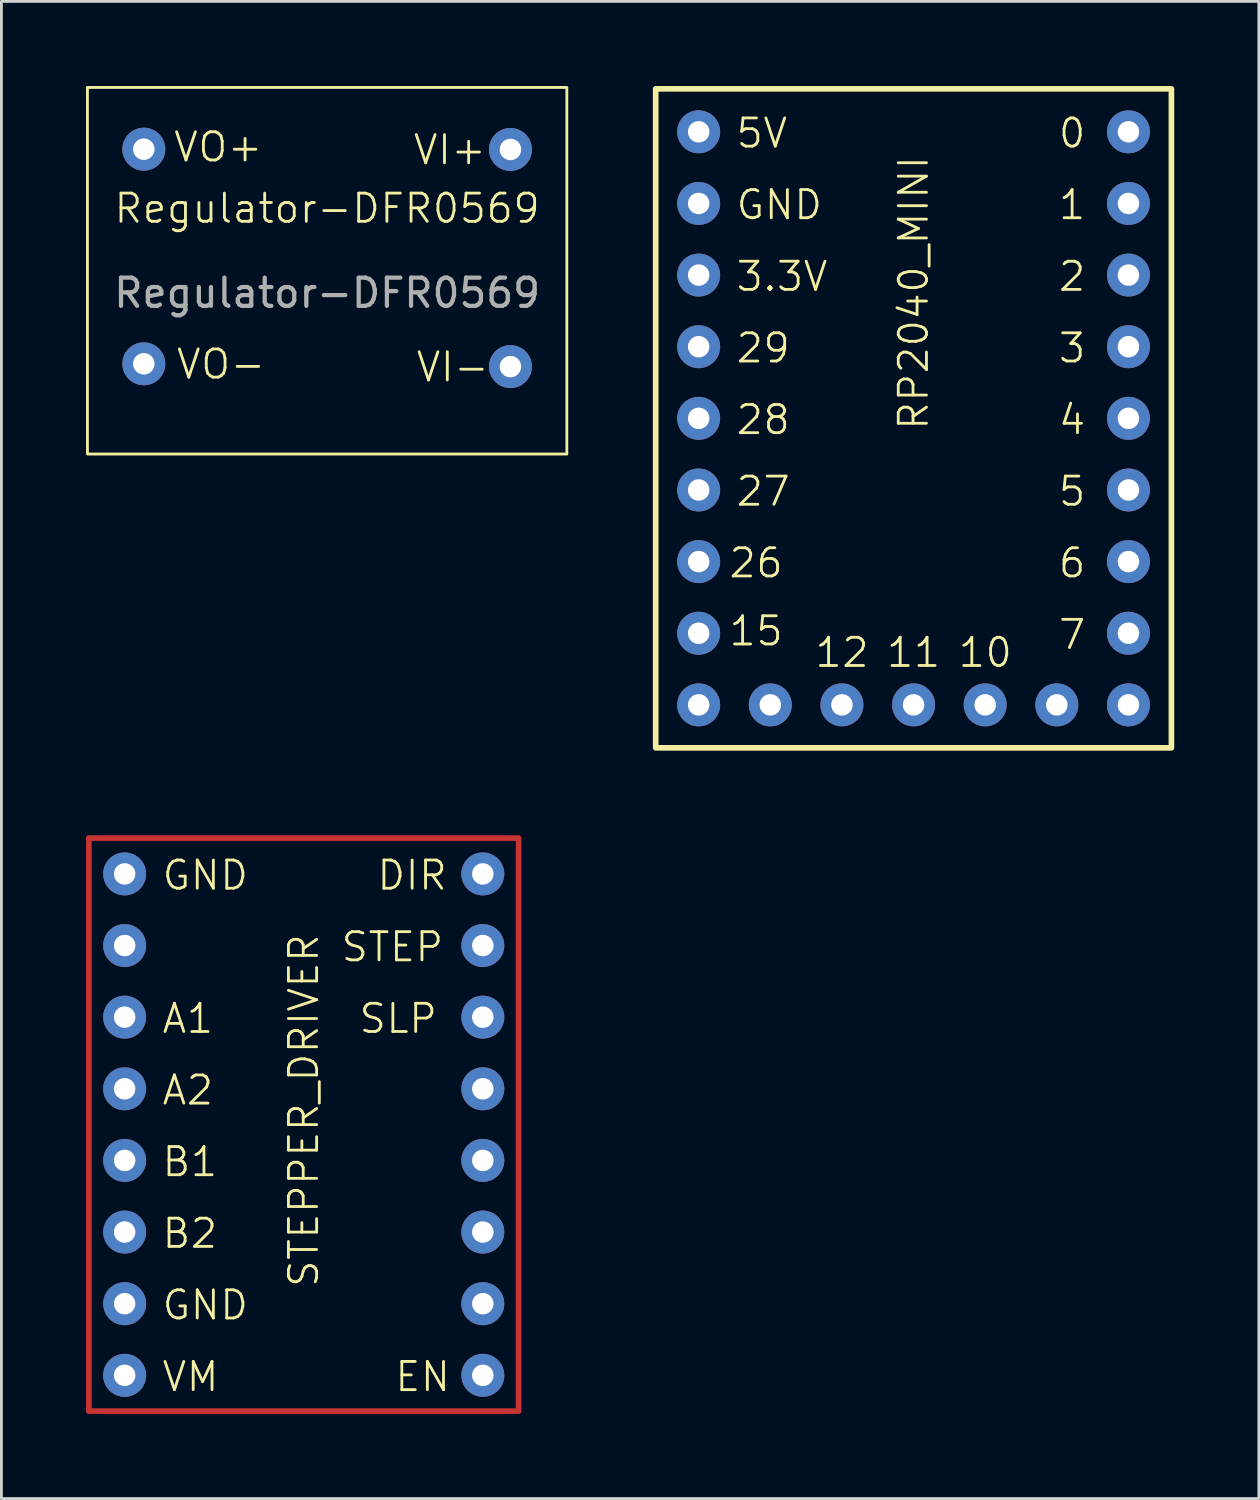
<source format=kicad_pcb>
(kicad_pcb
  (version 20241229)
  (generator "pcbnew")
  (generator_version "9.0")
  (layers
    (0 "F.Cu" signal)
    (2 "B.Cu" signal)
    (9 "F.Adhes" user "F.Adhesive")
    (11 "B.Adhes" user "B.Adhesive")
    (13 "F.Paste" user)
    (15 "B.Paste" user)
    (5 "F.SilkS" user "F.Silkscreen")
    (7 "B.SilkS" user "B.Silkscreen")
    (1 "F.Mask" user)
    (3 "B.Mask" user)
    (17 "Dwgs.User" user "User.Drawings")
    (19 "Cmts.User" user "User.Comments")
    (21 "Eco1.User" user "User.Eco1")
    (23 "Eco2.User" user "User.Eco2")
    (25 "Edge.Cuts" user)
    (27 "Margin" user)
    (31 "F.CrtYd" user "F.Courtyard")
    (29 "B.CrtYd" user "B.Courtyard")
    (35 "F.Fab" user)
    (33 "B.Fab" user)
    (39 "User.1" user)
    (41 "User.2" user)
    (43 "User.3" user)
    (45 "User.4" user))
  (footprint "RP2040_MINI"
    (layer "F.Cu")
    (at 29.344 11.784)
    (property "Reference" "RP2040_MINI" (at 0 -4.445 90) (unlocked yes) (layer "F.SilkS") (effects (font (size 1 1) (thickness 0.1))))
    (attr through_hole)
    (fp_rect (start -9.144 -11.684) (end 9.144 11.684) (stroke (width 0.2) (type default)) (fill no) (layer "F.SilkS"))
    (fp_text user "4" (at 5.08 0.635 0) (unlocked yes) (layer "F.SilkS") (effects (font (size 1 1) (thickness 0.1)) (justify left bottom)))
    (fp_text user "15" (at -6.604 8.128 0) (unlocked yes) (layer "F.SilkS") (effects (font (size 1 1) (thickness 0.1)) (justify left bottom)))
    (fp_text user "10" (at 1.524 8.89 0) (unlocked yes) (layer "F.SilkS") (effects (font (size 1 1) (thickness 0.1)) (justify left bottom)))
    (fp_text user "27" (at -6.35 3.175 0) (unlocked yes) (layer "F.SilkS") (effects (font (size 1 1) (thickness 0.1)) (justify left bottom)))
    (fp_text user "28" (at -6.35 0.635 0) (unlocked yes) (layer "F.SilkS") (effects (font (size 1 1) (thickness 0.1)) (justify left bottom)))
    (fp_text user "1" (at 5.08 -6.985 0) (unlocked yes) (layer "F.SilkS") (effects (font (size 1 1) (thickness 0.1)) (justify left bottom)))
    (fp_text user "11" (at -1.016 8.89 0) (unlocked yes) (layer "F.SilkS") (effects (font (size 1 1) (thickness 0.1)) (justify left bottom)))
    (fp_text user "6" (at 5.08 5.715 0) (unlocked yes) (layer "F.SilkS") (effects (font (size 1 1) (thickness 0.1)) (justify left bottom)))
    (fp_text user "12" (at -3.556 8.89 0) (unlocked yes) (layer "F.SilkS") (effects (font (size 1 1) (thickness 0.1)) (justify left bottom)))
    (fp_text user "29" (at -6.35 -1.905 0) (unlocked yes) (layer "F.SilkS") (effects (font (size 1 1) (thickness 0.1)) (justify left bottom)))
    (fp_text user "3" (at 5.08 -1.905 0) (unlocked yes) (layer "F.SilkS") (effects (font (size 1 1) (thickness 0.1)) (justify left bottom)))
    (fp_text user "GND" (at -6.35 -6.985 0) (unlocked yes) (layer "F.SilkS") (effects (font (size 1 1) (thickness 0.1)) (justify left bottom)))
    (fp_text user "5" (at 5.08 3.175 0) (unlocked yes) (layer "F.SilkS") (effects (font (size 1 1) (thickness 0.1)) (justify left bottom)))
    (fp_text user "5V" (at -6.35 -9.525 0) (unlocked yes) (layer "F.SilkS") (effects (font (size 1 1) (thickness 0.1)) (justify left bottom)))
    (fp_text user "3.3V" (at -6.35 -4.445 0) (unlocked yes) (layer "F.SilkS") (effects (font (size 1 1) (thickness 0.1)) (justify left bottom)))
    (fp_text user "2" (at 5.08 -4.445 0) (unlocked yes) (layer "F.SilkS") (effects (font (size 1 1) (thickness 0.1)) (justify left bottom)))
    (fp_text user "26" (at -6.604 5.715 0) (unlocked yes) (layer "F.SilkS") (effects (font (size 1 1) (thickness 0.1)) (justify left bottom)))
    (fp_text user "0" (at 5.08 -9.525 0) (unlocked yes) (layer "F.SilkS") (effects (font (size 1 1) (thickness 0.1)) (justify left bottom)))
    (fp_text user "7" (at 5.08 8.255 0) (unlocked yes) (layer "F.SilkS") (effects (font (size 1 1) (thickness 0.1)) (justify left bottom)))
    (pad "1" thru_hole circle (at 7.62 -10.16) (size 1.524 1.524) (drill 0.762) (layers "*.Cu" "*.Mask"))
    (pad "2" thru_hole circle (at 7.62 -7.62) (size 1.524 1.524) (drill 0.762) (layers "*.Cu" "*.Mask"))
    (pad "3" thru_hole circle (at 7.62 -5.08) (size 1.524 1.524) (drill 0.762) (layers "*.Cu" "*.Mask"))
    (pad "4" thru_hole circle (at 7.62 -2.54) (size 1.524 1.524) (drill 0.762) (layers "*.Cu" "*.Mask"))
    (pad "5" thru_hole circle (at 7.62 0) (size 1.524 1.524) (drill 0.762) (layers "*.Cu" "*.Mask"))
    (pad "6" thru_hole circle (at 7.62 2.54) (size 1.524 1.524) (drill 0.762) (layers "*.Cu" "*.Mask"))
    (pad "7" thru_hole circle (at 7.62 5.08) (size 1.524 1.524) (drill 0.762) (layers "*.Cu" "*.Mask"))
    (pad "8" thru_hole circle (at 7.62 7.62) (size 1.524 1.524) (drill 0.762) (layers "*.Cu" "*.Mask"))
    (pad "9" thru_hole circle (at 7.62 10.16) (size 1.524 1.524) (drill 0.762) (layers "*.Cu" "*.Mask"))
    (pad "10" thru_hole circle (at 5.08 10.16) (size 1.524 1.524) (drill 0.762) (layers "*.Cu" "*.Mask"))
    (pad "11" thru_hole circle (at 2.54 10.16) (size 1.524 1.524) (drill 0.762) (layers "*.Cu" "*.Mask"))
    (pad "12" thru_hole circle (at 0 10.16) (size 1.524 1.524) (drill 0.762) (layers "*.Cu" "*.Mask"))
    (pad "13" thru_hole circle (at -2.54 10.16) (size 1.524 1.524) (drill 0.762) (layers "*.Cu" "*.Mask"))
    (pad "14" thru_hole circle (at -5.08 10.16) (size 1.524 1.524) (drill 0.762) (layers "*.Cu" "*.Mask"))
    (pad "15" thru_hole circle (at -7.62 10.16) (size 1.524 1.524) (drill 0.762) (layers "*.Cu" "*.Mask"))
    (pad "16" thru_hole circle (at -7.62 7.62) (size 1.524 1.524) (drill 0.762) (layers "*.Cu" "*.Mask"))
    (pad "17" thru_hole circle (at -7.62 5.08) (size 1.524 1.524) (drill 0.762) (layers "*.Cu" "*.Mask"))
    (pad "18" thru_hole circle (at -7.62 2.54) (size 1.524 1.524) (drill 0.762) (layers "*.Cu" "*.Mask"))
    (pad "19" thru_hole circle (at -7.62 0) (size 1.524 1.524) (drill 0.762) (layers "*.Cu" "*.Mask"))
    (pad "20" thru_hole circle (at -7.62 -2.54) (size 1.524 1.524) (drill 0.762) (layers "*.Cu" "*.Mask"))
    (pad "21" thru_hole circle (at -7.62 -5.08) (size 1.524 1.524) (drill 0.762) (layers "*.Cu" "*.Mask"))
    (pad "22" thru_hole circle (at -7.62 -7.62) (size 1.524 1.524) (drill 0.762) (layers "*.Cu" "*.Mask"))
    (pad "23" thru_hole circle (at -7.62 -10.16) (size 1.524 1.524) (drill 0.762) (layers "*.Cu" "*.Mask")))
  (footprint "Regulator-DFR0569"
    (layer "F.Cu")
    (at 8.55 6.05)
    (property "Reference" "Regulator-DFR0569" (at 0 -1.71 0) (unlocked yes) (layer "F.SilkS") (effects (font (size 1 1) (thickness 0.1))))
    (attr through_hole)
    (fp_rect (start -8.5 -6) (end 8.5 7) (stroke (width 0.1) (type default)) (fill no) (layer "F.SilkS"))
    (fp_text user "VI-" (at 3.1 4.5 0) (unlocked yes) (layer "F.SilkS") (effects (font (size 1 1) (thickness 0.1)) (justify left bottom)))
    (fp_text user "VO-" (at -5.4 4.4 0) (unlocked yes) (layer "F.SilkS") (effects (font (size 1 1) (thickness 0.1)) (justify left bottom)))
    (fp_text user "VI+" (at 3 -3.2 0) (unlocked yes) (layer "F.SilkS") (effects (font (size 1 1) (thickness 0.1)) (justify left bottom)))
    (fp_text user "VO+" (at -5.5 -3.3 0) (unlocked yes) (layer "F.SilkS") (effects (font (size 1 1) (thickness 0.1)) (justify left bottom)))
    (fp_text user "${REFERENCE}" (at 0 1.29 0) (unlocked yes) (layer "F.Fab") (effects (font (size 1 1) (thickness 0.15))))
    (pad "1" thru_hole circle (at -6.5 -3.81) (size 1.524 1.524) (drill 0.762) (layers "*.Cu" "*.Mask"))
    (pad "2" thru_hole circle (at -6.5 3.8) (size 1.524 1.524) (drill 0.762) (layers "*.Cu" "*.Mask"))
    (pad "3" thru_hole circle (at 6.5 -3.8) (size 1.524 1.524) (drill 0.762) (layers "*.Cu" "*.Mask"))
    (pad "4" thru_hole circle (at 6.5 3.9) (size 1.524 1.524) (drill 0.762) (layers "*.Cu" "*.Mask")))
  (footprint "STEPPER_DRIVER"
    (layer "F.Cu")
    (at 7.72 36.828)
    (property "Reference" "STEPPER_DRIVER" (at 0 -0.5 90) (unlocked yes) (layer "F.SilkS") (effects (font (size 1 1) (thickness 0.1))))
    (attr through_hole)
    (fp_rect (start -7.62 -10.16) (end 7.62 10.16) (stroke (width 0.2) (type default)) (fill no) (layer "F.Cu"))
    (fp_text user "VM" (at -5.08 9.525 0) (unlocked yes) (layer "F.SilkS") (effects (font (size 1 1) (thickness 0.1)) (justify left bottom)))
    (fp_text user "EN" (at 3.175 9.525 0) (unlocked yes) (layer "F.SilkS") (effects (font (size 1 1) (thickness 0.1)) (justify left bottom)))
    (fp_text user "A1" (at -5.08 -3.175 0) (unlocked yes) (layer "F.SilkS") (effects (font (size 1 1) (thickness 0.1)) (justify left bottom)))
    (fp_text user "GND" (at -5.08 6.985 0) (unlocked yes) (layer "F.SilkS") (effects (font (size 1 1) (thickness 0.1)) (justify left bottom)))
    (fp_text user "DIR" (at 2.54 -8.255 0) (unlocked yes) (layer "F.SilkS") (effects (font (size 1 1) (thickness 0.1)) (justify left bottom)))
    (fp_text user "A2" (at -5.08 -0.635 0) (unlocked yes) (layer "F.SilkS") (effects (font (size 1 1) (thickness 0.1)) (justify left bottom)))
    (fp_text user "SLP" (at 1.905 -3.175 0) (unlocked yes) (layer "F.SilkS") (effects (font (size 1 1) (thickness 0.1)) (justify left bottom)))
    (fp_text user "B2" (at -5.08 4.445 0) (unlocked yes) (layer "F.SilkS") (effects (font (size 1 1) (thickness 0.1)) (justify left bottom)))
    (fp_text user "STEP" (at 1.27 -5.715 0) (unlocked yes) (layer "F.SilkS") (effects (font (size 1 1) (thickness 0.1)) (justify left bottom)))
    (fp_text user "GND" (at -5.08 -8.255 0) (unlocked yes) (layer "F.SilkS") (effects (font (size 1 1) (thickness 0.1)) (justify left bottom)))
    (fp_text user "B1" (at -5.08 1.905 0) (unlocked yes) (layer "F.SilkS") (effects (font (size 1 1) (thickness 0.1)) (justify left bottom)))
    (pad "1" thru_hole circle (at 6.35 -8.89) (size 1.524 1.524) (drill 0.762) (layers "*.Cu" "*.Mask"))
    (pad "2" thru_hole circle (at 6.35 -6.35) (size 1.524 1.524) (drill 0.762) (layers "*.Cu" "*.Mask"))
    (pad "3" thru_hole circle (at 6.35 -3.81) (size 1.524 1.524) (drill 0.762) (layers "*.Cu" "*.Mask"))
    (pad "4" thru_hole circle (at 6.35 -1.27) (size 1.524 1.524) (drill 0.762) (layers "*.Cu" "*.Mask"))
    (pad "5" thru_hole circle (at 6.35 1.27) (size 1.524 1.524) (drill 0.762) (layers "*.Cu" "*.Mask"))
    (pad "6" thru_hole circle (at 6.35 3.81) (size 1.524 1.524) (drill 0.762) (layers "*.Cu" "*.Mask"))
    (pad "7" thru_hole circle (at 6.35 6.35) (size 1.524 1.524) (drill 0.762) (layers "*.Cu" "*.Mask"))
    (pad "8" thru_hole circle (at 6.35 8.89) (size 1.524 1.524) (drill 0.762) (layers "*.Cu" "*.Mask"))
    (pad "9" thru_hole circle (at -6.35 -8.89) (size 1.524 1.524) (drill 0.762) (layers "*.Cu" "*.Mask"))
    (pad "10" thru_hole circle (at -6.35 -6.35) (size 1.524 1.524) (drill 0.762) (layers "*.Cu" "*.Mask"))
    (pad "11" thru_hole circle (at -6.35 -3.81) (size 1.524 1.524) (drill 0.762) (layers "*.Cu" "*.Mask"))
    (pad "12" thru_hole circle (at -6.35 -1.27) (size 1.524 1.524) (drill 0.762) (layers "*.Cu" "*.Mask"))
    (pad "13" thru_hole circle (at -6.35 1.27) (size 1.524 1.524) (drill 0.762) (layers "*.Cu" "*.Mask"))
    (pad "14" thru_hole circle (at -6.35 3.81) (size 1.524 1.524) (drill 0.762) (layers "*.Cu" "*.Mask"))
    (pad "15" thru_hole circle (at -6.35 6.35) (size 1.524 1.524) (drill 0.762) (layers "*.Cu" "*.Mask"))
    (pad "16" thru_hole circle (at -6.35 8.89) (size 1.524 1.524) (drill 0.762) (layers "*.Cu" "*.Mask")))
  (gr_rect
    (start -3 -3)
    (end 41.588 50.088)
    (stroke (width 0.1) (type default))
    (fill no)
    (layer "Edge.Cuts")))
</source>
